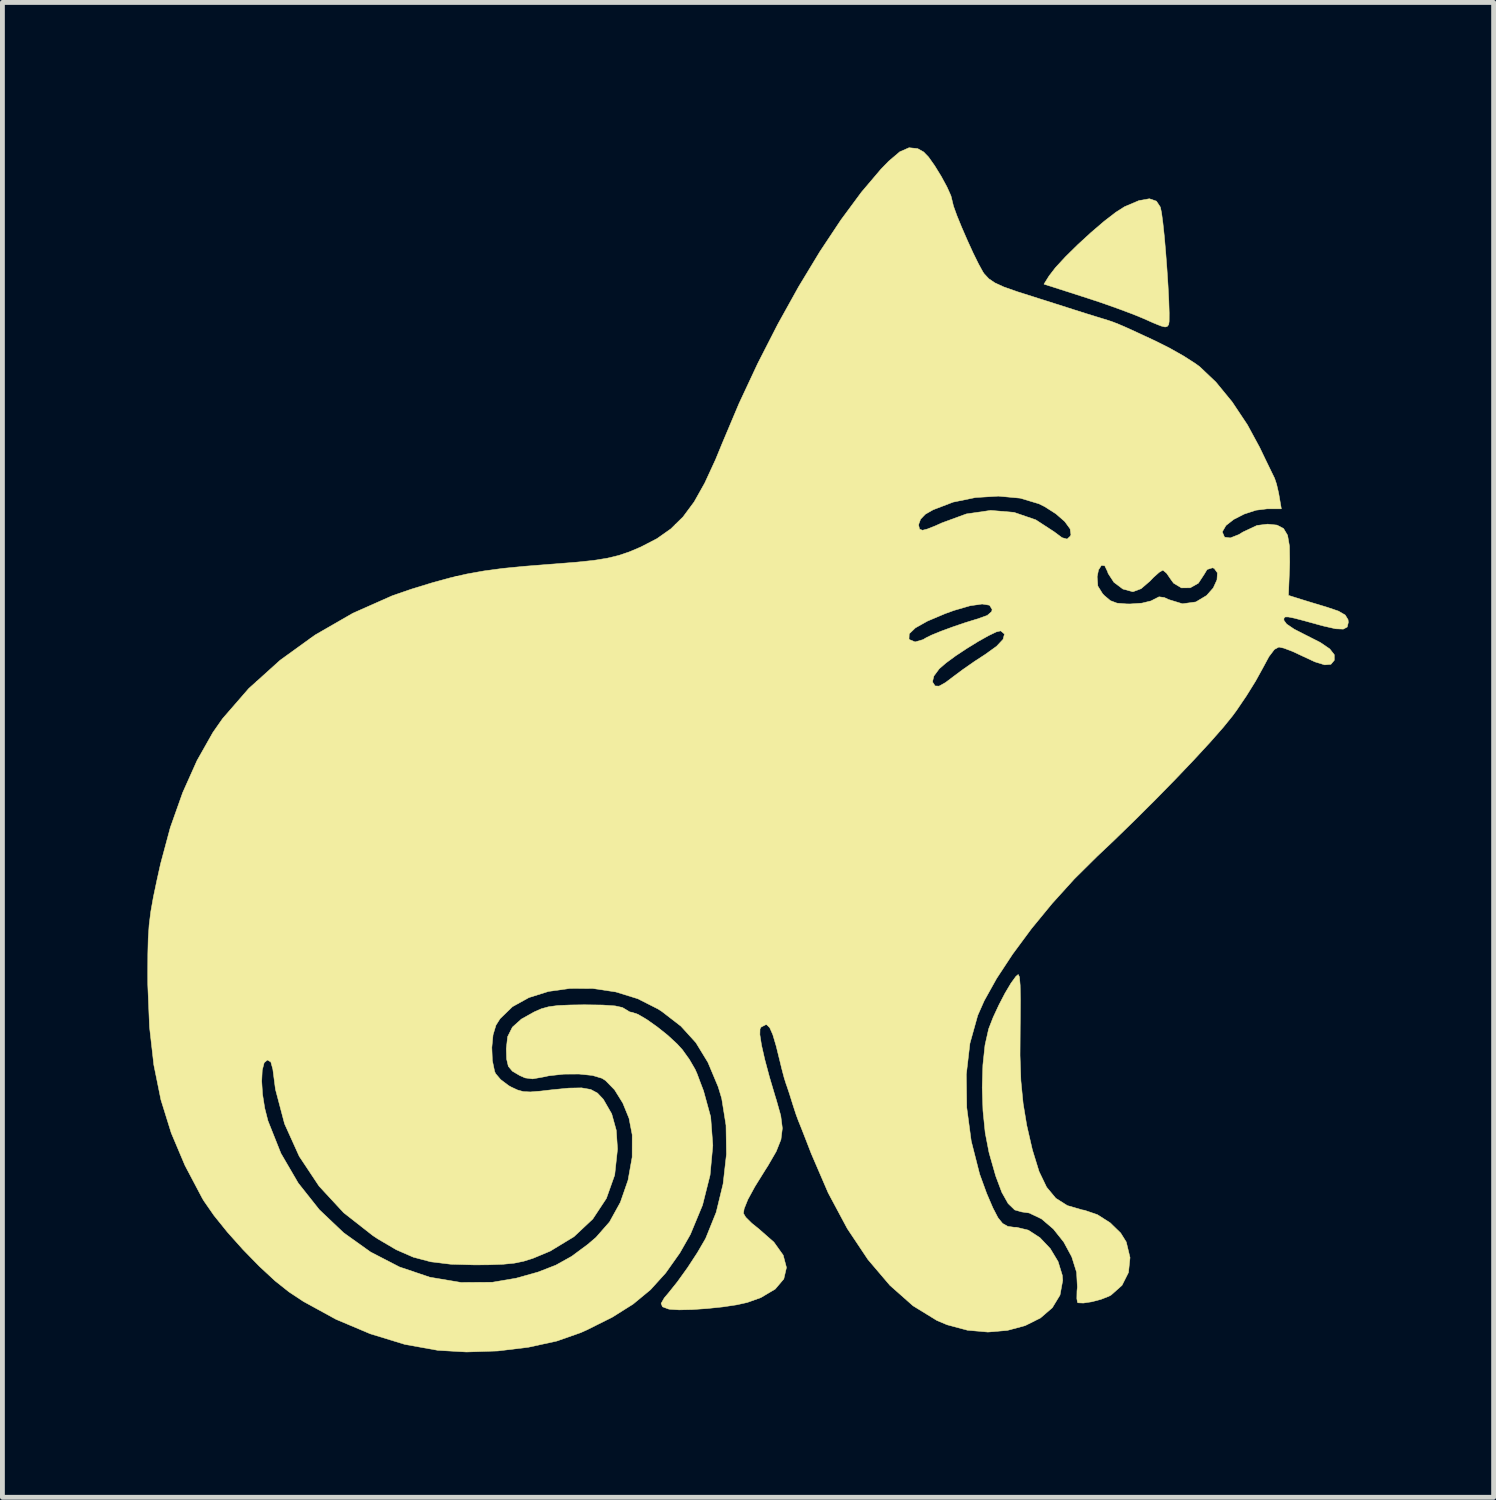
<source format=kicad_pcb>
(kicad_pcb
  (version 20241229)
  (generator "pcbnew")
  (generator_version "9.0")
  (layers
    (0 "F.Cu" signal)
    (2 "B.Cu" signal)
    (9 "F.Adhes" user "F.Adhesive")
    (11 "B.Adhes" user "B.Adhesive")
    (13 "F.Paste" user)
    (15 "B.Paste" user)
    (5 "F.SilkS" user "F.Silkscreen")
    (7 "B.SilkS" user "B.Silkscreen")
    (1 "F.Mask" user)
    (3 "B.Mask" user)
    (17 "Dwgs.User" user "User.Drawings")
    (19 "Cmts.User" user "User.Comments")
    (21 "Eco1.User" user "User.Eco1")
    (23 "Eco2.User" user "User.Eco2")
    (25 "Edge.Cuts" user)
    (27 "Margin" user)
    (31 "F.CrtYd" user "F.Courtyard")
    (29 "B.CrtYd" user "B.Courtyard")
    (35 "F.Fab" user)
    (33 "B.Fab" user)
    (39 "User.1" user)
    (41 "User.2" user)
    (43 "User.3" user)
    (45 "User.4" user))
  (footprint "cat_icon"
    (layer "F.Cu")
    (at 12.451 12.488)
    (property "Reference" "cat_icon" (at 0 0 0) (layer "F.SilkS") (effects (font (size 1.524 1.524) (thickness 0.3))))
    (attr through_hole)
    (fp_poly (pts (xy 8.414 -11.378) (xy 8.495 -11.255) (xy 8.52 -11.137) (xy 8.548 -10.925) (xy 8.578 -10.643) (xy 8.606 -10.316) (xy 8.632 -9.971) (xy 8.654 -9.631) (xy 8.67 -9.321) (xy 8.678 -9.066) (xy 8.677 -8.892) (xy 8.667 -8.825) (xy 8.637 -8.787) (xy 8.593 -8.776) (xy 8.507 -8.797) (xy 8.356 -8.858) (xy 8.128 -8.959) (xy 7.904 -9.05) (xy 7.598 -9.164) (xy 7.252 -9.286) (xy 6.903 -9.401) (xy 6.901 -9.401) (xy 6.088 -9.662) (xy 6.193 -9.831) (xy 6.326 -10.004) (xy 6.533 -10.228) (xy 6.788 -10.479) (xy 7.064 -10.732) (xy 7.335 -10.964) (xy 7.575 -11.149) (xy 7.756 -11.264) (xy 7.756 -11.264) (xy 8.053 -11.39) (xy 8.269 -11.428) (xy 8.414 -11.378)) (stroke (width 0.01) (type solid)) (fill yes) (layer "F.SilkS"))
    (fp_poly (pts (xy 5.581 4.665) (xy 5.596 4.839) (xy 5.602 5.132) (xy 5.599 5.541) (xy 5.597 5.675) (xy 5.593 6.287) (xy 5.611 6.81) (xy 5.657 7.28) (xy 5.732 7.734) (xy 5.841 8.208) (xy 5.853 8.255) (xy 5.987 8.689) (xy 6.143 9.013) (xy 6.333 9.242) (xy 6.572 9.393) (xy 6.874 9.481) (xy 6.93 9.491) (xy 7.193 9.581) (xy 7.456 9.748) (xy 7.674 9.96) (xy 7.79 10.146) (xy 7.868 10.469) (xy 7.836 10.777) (xy 7.702 11.043) (xy 7.476 11.244) (xy 7.43 11.269) (xy 7.266 11.333) (xy 7.076 11.383) (xy 6.903 11.409) (xy 6.794 11.404) (xy 6.782 11.396) (xy 6.768 11.318) (xy 6.771 11.16) (xy 6.779 11.08) (xy 6.763 10.773) (xy 6.663 10.454) (xy 6.497 10.147) (xy 6.282 9.877) (xy 6.037 9.668) (xy 5.781 9.546) (xy 5.63 9.525) (xy 5.483 9.483) (xy 5.347 9.351) (xy 5.217 9.12) (xy 5.09 8.781) (xy 4.96 8.325) (xy 4.95 8.287) (xy 4.873 7.888) (xy 4.827 7.431) (xy 4.811 6.952) (xy 4.825 6.488) (xy 4.869 6.074) (xy 4.943 5.745) (xy 4.946 5.735) (xy 5.037 5.501) (xy 5.155 5.247) (xy 5.283 5.001) (xy 5.406 4.794) (xy 5.508 4.654) (xy 5.556 4.614) (xy 5.581 4.665)) (stroke (width 0.01) (type solid)) (fill yes) (layer "F.SilkS"))
    (fp_poly (pts (xy 3.476 -12.465) (xy 3.601 -12.395) (xy 3.702 -12.29) (xy 3.829 -12.11) (xy 3.963 -11.892) (xy 4.082 -11.673) (xy 4.165 -11.488) (xy 4.191 -11.382) (xy 4.217 -11.275) (xy 4.286 -11.084) (xy 4.386 -10.839) (xy 4.503 -10.57) (xy 4.623 -10.307) (xy 4.735 -10.08) (xy 4.824 -9.918) (xy 4.852 -9.876) (xy 4.947 -9.774) (xy 5.074 -9.688) (xy 5.26 -9.603) (xy 5.533 -9.507) (xy 5.663 -9.466) (xy 5.983 -9.364) (xy 6.305 -9.262) (xy 6.581 -9.174) (xy 6.699 -9.136) (xy 6.945 -9.058) (xy 7.178 -8.986) (xy 7.303 -8.948) (xy 7.419 -8.912) (xy 7.524 -8.876) (xy 7.642 -8.829) (xy 7.799 -8.761) (xy 8.018 -8.661) (xy 8.323 -8.519) (xy 8.382 -8.492) (xy 8.68 -8.343) (xy 8.974 -8.177) (xy 9.219 -8.02) (xy 9.309 -7.954) (xy 9.644 -7.636) (xy 9.981 -7.225) (xy 10.296 -6.752) (xy 10.548 -6.287) (xy 10.667 -6.039) (xy 10.769 -5.829) (xy 10.839 -5.685) (xy 10.857 -5.649) (xy 10.898 -5.527) (xy 10.941 -5.342) (xy 10.951 -5.284) (xy 10.997 -5.016) (xy 10.707 -5.016) (xy 10.473 -4.987) (xy 10.231 -4.908) (xy 10.013 -4.797) (xy 9.852 -4.671) (xy 9.78 -4.547) (xy 9.779 -4.53) (xy 9.823 -4.429) (xy 9.942 -4.414) (xy 10.12 -4.484) (xy 10.202 -4.535) (xy 10.494 -4.672) (xy 10.713 -4.699) (xy 10.908 -4.679) (xy 11.043 -4.608) (xy 11.126 -4.469) (xy 11.165 -4.244) (xy 11.17 -3.916) (xy 11.167 -3.805) (xy 11.144 -3.226) (xy 11.398 -3.146) (xy 11.629 -3.075) (xy 11.882 -2.999) (xy 11.938 -2.982) (xy 12.18 -2.9) (xy 12.318 -2.819) (xy 12.377 -2.723) (xy 12.382 -2.666) (xy 12.359 -2.571) (xy 12.278 -2.528) (xy 12.12 -2.535) (xy 11.868 -2.592) (xy 11.779 -2.616) (xy 11.471 -2.701) (xy 11.264 -2.755) (xy 11.139 -2.78) (xy 11.076 -2.779) (xy 11.052 -2.755) (xy 11.049 -2.711) (xy 11.106 -2.633) (xy 11.264 -2.526) (xy 11.491 -2.41) (xy 11.801 -2.253) (xy 11.998 -2.119) (xy 12.092 -1.999) (xy 12.092 -1.883) (xy 12.091 -1.882) (xy 12.022 -1.8) (xy 11.893 -1.789) (xy 11.691 -1.851) (xy 11.44 -1.968) (xy 11.228 -2.067) (xy 11.048 -2.135) (xy 10.946 -2.157) (xy 10.854 -2.108) (xy 10.741 -1.959) (xy 10.606 -1.709) (xy 10.465 -1.454) (xy 10.277 -1.151) (xy 10.073 -0.85) (xy 9.988 -0.734) (xy 9.796 -0.497) (xy 9.526 -0.19) (xy 9.192 0.172) (xy 8.81 0.573) (xy 8.395 0.997) (xy 7.962 1.428) (xy 7.526 1.852) (xy 7.186 2.173) (xy 6.716 2.639) (xy 6.258 3.145) (xy 5.827 3.67) (xy 5.439 4.195) (xy 5.109 4.697) (xy 4.852 5.158) (xy 4.718 5.461) (xy 4.557 6.038) (xy 4.482 6.682) (xy 4.491 7.364) (xy 4.584 8.06) (xy 4.758 8.743) (xy 4.904 9.144) (xy 5.033 9.444) (xy 5.137 9.644) (xy 5.233 9.763) (xy 5.339 9.823) (xy 5.473 9.842) (xy 5.52 9.842) (xy 5.764 9.901) (xy 6.004 10.056) (xy 6.218 10.282) (xy 6.38 10.551) (xy 6.467 10.834) (xy 6.476 10.94) (xy 6.42 11.244) (xy 6.261 11.506) (xy 6.015 11.718) (xy 5.699 11.876) (xy 5.331 11.975) (xy 4.928 12.009) (xy 4.506 11.971) (xy 4.084 11.858) (xy 3.873 11.769) (xy 3.38 11.466) (xy 2.903 11.044) (xy 2.448 10.509) (xy 2.021 9.869) (xy 1.626 9.131) (xy 1.276 8.319) (xy 1.177 8.063) (xy 1.09 7.84) (xy 1.029 7.687) (xy 1.014 7.652) (xy 0.961 7.509) (xy 0.898 7.316) (xy 0.884 7.271) (xy 0.823 7.076) (xy 0.769 6.915) (xy 0.759 6.89) (xy 0.716 6.754) (xy 0.663 6.553) (xy 0.637 6.445) (xy 0.551 6.096) (xy 0.48 5.857) (xy 0.417 5.715) (xy 0.358 5.656) (xy 0.337 5.652) (xy 0.239 5.702) (xy 0.216 5.741) (xy 0.213 5.858) (xy 0.247 6.076) (xy 0.315 6.375) (xy 0.412 6.737) (xy 0.532 7.141) (xy 0.554 7.211) (xy 0.645 7.534) (xy 0.678 7.794) (xy 0.649 8.028) (xy 0.551 8.274) (xy 0.379 8.571) (xy 0.33 8.647) (xy 0.11 9.001) (xy -0.035 9.267) (xy -0.112 9.458) (xy -0.127 9.554) (xy -0.079 9.635) (xy 0.045 9.758) (xy 0.187 9.872) (xy 0.503 10.149) (xy 0.695 10.418) (xy 0.763 10.675) (xy 0.708 10.911) (xy 0.531 11.12) (xy 0.233 11.297) (xy -0.047 11.397) (xy -0.268 11.446) (xy -0.556 11.489) (xy -0.874 11.522) (xy -1.187 11.544) (xy -1.457 11.55) (xy -1.648 11.538) (xy -1.679 11.532) (xy -1.801 11.486) (xy -1.829 11.417) (xy -1.763 11.302) (xy -1.678 11.202) (xy -1.491 10.968) (xy -1.279 10.673) (xy -1.078 10.365) (xy -0.922 10.097) (xy -0.905 10.065) (xy -0.69 9.532) (xy -0.547 8.943) (xy -0.478 8.332) (xy -0.487 7.733) (xy -0.576 7.178) (xy -0.649 6.937) (xy -0.861 6.432) (xy -1.11 6.024) (xy -1.419 5.684) (xy -1.811 5.381) (xy -1.893 5.328) (xy -2.311 5.116) (xy -2.767 4.975) (xy -3.24 4.904) (xy -3.711 4.902) (xy -4.159 4.965) (xy -4.563 5.092) (xy -4.903 5.28) (xy -5.16 5.529) (xy -5.245 5.664) (xy -5.305 5.863) (xy -5.33 6.125) (xy -5.319 6.395) (xy -5.273 6.615) (xy -5.254 6.662) (xy -5.148 6.787) (xy -4.981 6.913) (xy -4.927 6.943) (xy -4.798 7.003) (xy -4.679 7.036) (xy -4.532 7.043) (xy -4.323 7.026) (xy -4.101 7) (xy -3.738 6.964) (xy -3.475 6.959) (xy -3.285 6.992) (xy -3.145 7.067) (xy -3.03 7.189) (xy -3.022 7.199) (xy -2.851 7.496) (xy -2.757 7.835) (xy -2.731 8.223) (xy -2.789 8.761) (xy -2.961 9.245) (xy -3.243 9.672) (xy -3.632 10.037) (xy -4.123 10.335) (xy -4.482 10.485) (xy -4.671 10.544) (xy -4.865 10.584) (xy -5.098 10.607) (xy -5.401 10.618) (xy -5.683 10.62) (xy -6.181 10.606) (xy -6.592 10.556) (xy -6.954 10.46) (xy -7.305 10.307) (xy -7.683 10.085) (xy -7.792 10.013) (xy -8.394 9.541) (xy -8.903 8.991) (xy -9.313 8.374) (xy -9.616 7.703) (xy -9.805 6.988) (xy -9.859 6.572) (xy -9.9 6.425) (xy -9.97 6.382) (xy -10.038 6.439) (xy -10.078 6.594) (xy -10.089 6.82) (xy -10.072 7.091) (xy -10.026 7.381) (xy -9.96 7.64) (xy -9.692 8.313) (xy -9.333 8.929) (xy -8.896 9.48) (xy -8.393 9.957) (xy -7.837 10.354) (xy -7.239 10.663) (xy -6.611 10.875) (xy -5.968 10.983) (xy -5.319 10.979) (xy -4.826 10.895) (xy -4.374 10.768) (xy -4.006 10.625) (xy -3.679 10.443) (xy -3.351 10.2) (xy -3.177 10.052) (xy -2.896 9.732) (xy -2.672 9.326) (xy -2.513 8.868) (xy -2.428 8.392) (xy -2.427 7.929) (xy -2.493 7.588) (xy -2.622 7.272) (xy -2.791 7) (xy -2.978 6.808) (xy -3.051 6.761) (xy -3.249 6.702) (xy -3.527 6.673) (xy -3.841 6.675) (xy -4.15 6.709) (xy -4.282 6.737) (xy -4.487 6.773) (xy -4.641 6.753) (xy -4.751 6.705) (xy -4.905 6.614) (xy -4.989 6.513) (xy -5.024 6.364) (xy -5.031 6.15) (xy -5.003 5.9) (xy -4.905 5.704) (xy -4.719 5.537) (xy -4.453 5.388) (xy -4.305 5.323) (xy -4.152 5.281) (xy -3.963 5.256) (xy -3.705 5.245) (xy -3.416 5.241) (xy -3.039 5.246) (xy -2.779 5.264) (xy -2.63 5.297) (xy -2.594 5.318) (xy -2.479 5.388) (xy -2.429 5.397) (xy -2.308 5.438) (xy -2.126 5.545) (xy -1.911 5.697) (xy -1.692 5.872) (xy -1.5 6.049) (xy -1.39 6.169) (xy -1.245 6.371) (xy -1.126 6.576) (xy -1.085 6.668) (xy -1.016 6.853) (xy -0.957 7.007) (xy -0.953 7.017) (xy -0.804 7.559) (xy -0.76 8.149) (xy -0.817 8.764) (xy -0.973 9.385) (xy -1.224 9.99) (xy -1.442 10.373) (xy -1.735 10.787) (xy -2.049 11.134) (xy -2.41 11.432) (xy -2.841 11.703) (xy -3.368 11.966) (xy -3.493 12.022) (xy -3.99 12.196) (xy -4.573 12.323) (xy -5.206 12.4) (xy -5.854 12.421) (xy -6.445 12.387) (xy -7.129 12.264) (xy -7.844 12.045) (xy -8.554 11.745) (xy -9.227 11.376) (xy -9.525 11.179) (xy -9.812 10.951) (xy -10.137 10.65) (xy -10.474 10.305) (xy -10.796 9.945) (xy -11.075 9.599) (xy -11.286 9.295) (xy -11.316 9.245) (xy -11.676 8.563) (xy -11.96 7.891) (xy -12.173 7.207) (xy -12.32 6.484) (xy -12.409 5.699) (xy -12.445 4.825) (xy -12.446 4.598) (xy -12.444 4.195) (xy -12.436 3.87) (xy -12.417 3.589) (xy -12.383 3.316) (xy -12.33 3.017) (xy -12.254 2.656) (xy -12.181 2.327) (xy -11.979 1.575) (xy -11.723 0.853) (xy -11.426 0.189) (xy -11.098 -0.391) (xy -10.898 -0.677) (xy -10.355 -1.302) (xy -10.2 -1.441) (xy 3.783 -1.441) (xy 3.786 -1.431) (xy 3.837 -1.353) (xy 3.919 -1.349) (xy 4.052 -1.423) (xy 4.212 -1.544) (xy 4.408 -1.69) (xy 4.655 -1.862) (xy 4.873 -2.004) (xy 5.108 -2.173) (xy 5.242 -2.316) (xy 5.271 -2.426) (xy 5.194 -2.492) (xy 5.104 -2.471) (xy 4.94 -2.392) (xy 4.726 -2.272) (xy 4.491 -2.127) (xy 4.261 -1.975) (xy 4.064 -1.83) (xy 3.926 -1.711) (xy 3.922 -1.707) (xy 3.812 -1.559) (xy 3.783 -1.441) (xy -10.2 -1.441) (xy -9.709 -1.884) (xy -9.097 -2.326) (xy 3.297 -2.326) (xy 3.307 -2.311) (xy 3.423 -2.263) (xy 3.588 -2.311) (xy 3.651 -2.349) (xy 3.763 -2.404) (xy 3.959 -2.484) (xy 4.204 -2.574) (xy 4.459 -2.661) (xy 4.689 -2.732) (xy 4.715 -2.739) (xy 4.915 -2.811) (xy 5.007 -2.89) (xy 5.016 -2.935) (xy 4.963 -3.022) (xy 4.808 -3.047) (xy 4.56 -3.011) (xy 4.229 -2.915) (xy 4.046 -2.849) (xy 3.679 -2.694) (xy 3.43 -2.554) (xy 3.302 -2.431) (xy 3.297 -2.326) (xy -9.097 -2.326) (xy -8.984 -2.407) (xy -8.203 -2.857) (xy -7.387 -3.219) (xy -6.992 -3.355) (xy -6.565 -3.486) (xy -6.193 -3.588) (xy -6.096 -3.611) (xy 7.188 -3.611) (xy 7.202 -3.419) (xy 7.301 -3.259) (xy 7.34 -3.219) (xy 7.463 -3.116) (xy 7.599 -3.065) (xy 7.799 -3.049) (xy 7.869 -3.048) (xy 8.113 -3.065) (xy 8.302 -3.111) (xy 8.357 -3.14) (xy 8.468 -3.196) (xy 8.578 -3.181) (xy 8.665 -3.14) (xy 8.952 -3.052) (xy 9.229 -3.09) (xy 9.451 -3.223) (xy 9.589 -3.379) (xy 9.666 -3.547) (xy 9.675 -3.692) (xy 9.608 -3.784) (xy 9.573 -3.796) (xy 9.462 -3.761) (xy 9.401 -3.66) (xy 9.281 -3.477) (xy 9.112 -3.382) (xy 8.931 -3.381) (xy 8.769 -3.478) (xy 8.712 -3.556) (xy 8.624 -3.684) (xy 8.551 -3.745) (xy 8.545 -3.746) (xy 8.471 -3.703) (xy 8.349 -3.594) (xy 8.283 -3.524) (xy 8.097 -3.364) (xy 7.931 -3.302) (xy 7.922 -3.302) (xy 7.72 -3.357) (xy 7.535 -3.496) (xy 7.415 -3.68) (xy 7.403 -3.718) (xy 7.345 -3.838) (xy 7.276 -3.846) (xy 7.216 -3.752) (xy 7.188 -3.611) (xy -6.096 -3.611) (xy -5.846 -3.668) (xy -5.494 -3.731) (xy -5.108 -3.783) (xy -4.658 -3.827) (xy -4.114 -3.87) (xy -4.032 -3.876) (xy -3.58 -3.912) (xy -3.226 -3.949) (xy -2.945 -3.994) (xy -2.708 -4.051) (xy -2.488 -4.125) (xy -2.257 -4.223) (xy -2.254 -4.224) (xy -1.915 -4.399) (xy -1.627 -4.602) (xy -1.543 -4.685) (xy 3.494 -4.685) (xy 3.516 -4.595) (xy 3.576 -4.572) (xy 3.677 -4.598) (xy 3.846 -4.665) (xy 3.973 -4.723) (xy 4.483 -4.91) (xy 4.987 -4.983) (xy 5.47 -4.942) (xy 5.919 -4.788) (xy 6.297 -4.542) (xy 6.462 -4.419) (xy 6.567 -4.39) (xy 6.633 -4.451) (xy 6.646 -4.481) (xy 6.629 -4.601) (xy 6.519 -4.752) (xy 6.336 -4.912) (xy 6.103 -5.061) (xy 5.983 -5.12) (xy 5.597 -5.236) (xy 5.147 -5.278) (xy 4.672 -5.249) (xy 4.209 -5.154) (xy 3.796 -4.996) (xy 3.635 -4.904) (xy 3.537 -4.802) (xy 3.494 -4.685) (xy -1.543 -4.685) (xy -1.375 -4.85) (xy -1.146 -5.159) (xy -0.927 -5.549) (xy -0.703 -6.035) (xy -0.568 -6.364) (xy -0.218 -7.194) (xy 0.169 -8.022) (xy 0.583 -8.832) (xy 1.014 -9.608) (xy 1.453 -10.333) (xy 1.89 -10.991) (xy 2.315 -11.566) (xy 2.719 -12.042) (xy 2.879 -12.206) (xy 3.106 -12.399) (xy 3.298 -12.483) (xy 3.476 -12.465)) (stroke (width 0.01) (type solid)) (fill yes) (layer "F.SilkS")))
  (gr_rect
    (start -3 -3)
    (end 27.838 27.914)
    (stroke (width 0.1) (type default))
    (fill no)
    (layer "Edge.Cuts")))
</source>
